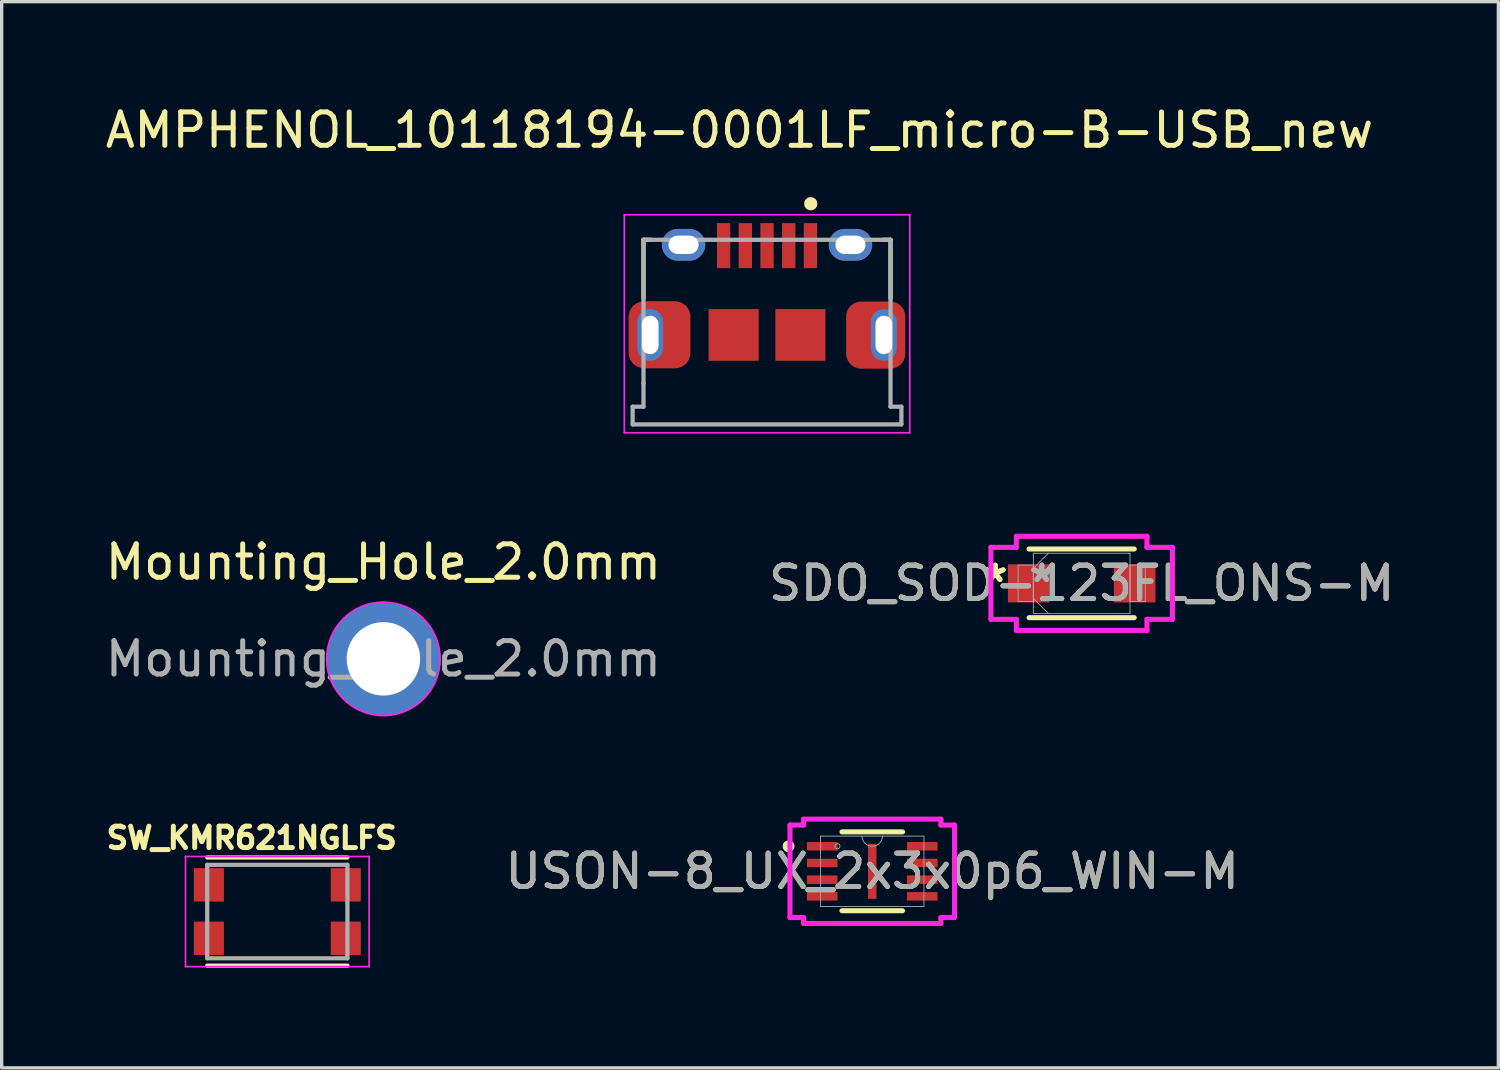
<source format=kicad_pcb>
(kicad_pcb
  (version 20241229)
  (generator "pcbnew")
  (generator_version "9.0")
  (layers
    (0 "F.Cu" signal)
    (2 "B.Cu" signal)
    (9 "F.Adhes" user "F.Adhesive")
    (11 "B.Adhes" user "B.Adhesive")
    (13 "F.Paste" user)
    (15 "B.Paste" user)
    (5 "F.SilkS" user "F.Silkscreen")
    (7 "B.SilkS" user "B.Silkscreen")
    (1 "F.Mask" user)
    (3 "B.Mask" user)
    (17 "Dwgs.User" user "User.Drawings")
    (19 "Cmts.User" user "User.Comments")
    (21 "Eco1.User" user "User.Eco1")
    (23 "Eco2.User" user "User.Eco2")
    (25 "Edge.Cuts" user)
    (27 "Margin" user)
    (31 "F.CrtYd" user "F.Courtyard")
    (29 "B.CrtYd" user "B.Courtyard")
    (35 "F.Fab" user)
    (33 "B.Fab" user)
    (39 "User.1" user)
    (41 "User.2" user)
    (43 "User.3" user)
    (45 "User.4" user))
  (footprint "AMPHENOL_10118194-0001LF_micro-B-USB_new"
    (layer "F.Cu")
    (at 19.926 6.983)
    (property "Reference" "AMPHENOL_10118194-0001LF_micro-B-USB_new" (at -0.825 -6.135 0) (layer "F.SilkS") (effects (font (size 1 1) (thickness 0.15))))
    (attr smd)
    (fp_poly (pts (xy -3.013 -0.388) (xy -3.013 0.388) (xy -3.013 0.413) (xy -3.015 0.438) (xy -3.019 0.464) (xy -3.023 0.489) (xy -3.029 0.514) (xy -3.036 0.538) (xy -3.045 0.562) (xy -3.055 0.586) (xy -3.066 0.609) (xy -3.078 0.631) (xy -3.091 0.653) (xy -3.106 0.674) (xy -3.121 0.694) (xy -3.138 0.714) (xy -3.155 0.732) (xy -3.174 0.75) (xy -3.193 0.766) (xy -3.213 0.782) (xy -3.234 0.796) (xy -3.256 0.81) (xy -3.279 0.822) (xy -3.302 0.833) (xy -3.325 0.843) (xy -3.349 0.851) (xy -3.374 0.858) (xy -3.399 0.864) (xy -3.424 0.869) (xy -3.449 0.872) (xy -3.474 0.874) (xy -3.5 0.875) (xy -3.526 0.874) (xy -3.551 0.872) (xy -3.576 0.869) (xy -3.601 0.864) (xy -3.626 0.858) (xy -3.651 0.851) (xy -3.675 0.843) (xy -3.698 0.833) (xy -3.721 0.822) (xy -3.744 0.81) (xy -3.766 0.796) (xy -3.787 0.782) (xy -3.807 0.766) (xy -3.826 0.75) (xy -3.845 0.732) (xy -3.862 0.714) (xy -3.879 0.694) (xy -3.894 0.674) (xy -3.909 0.653) (xy -3.922 0.631) (xy -3.934 0.609) (xy -3.945 0.586) (xy -3.955 0.562) (xy -3.964 0.538) (xy -3.971 0.514) (xy -3.977 0.489) (xy -3.981 0.464) (xy -3.985 0.438) (xy -3.987 0.413) (xy -3.987 0.388) (xy -3.987 -0.388) (xy -3.987 -0.413) (xy -3.985 -0.438) (xy -3.981 -0.464) (xy -3.977 -0.489) (xy -3.971 -0.514) (xy -3.964 -0.538) (xy -3.955 -0.562) (xy -3.945 -0.586) (xy -3.934 -0.609) (xy -3.922 -0.631) (xy -3.909 -0.653) (xy -3.894 -0.674) (xy -3.879 -0.694) (xy -3.862 -0.714) (xy -3.845 -0.732) (xy -3.826 -0.75) (xy -3.807 -0.766) (xy -3.787 -0.782) (xy -3.766 -0.796) (xy -3.744 -0.81) (xy -3.721 -0.822) (xy -3.698 -0.833) (xy -3.675 -0.843) (xy -3.651 -0.851) (xy -3.626 -0.858) (xy -3.601 -0.864) (xy -3.576 -0.869) (xy -3.551 -0.872) (xy -3.526 -0.874) (xy -3.5 -0.875) (xy -3.474 -0.874) (xy -3.449 -0.872) (xy -3.424 -0.869) (xy -3.399 -0.864) (xy -3.374 -0.858) (xy -3.349 -0.851) (xy -3.325 -0.843) (xy -3.302 -0.833) (xy -3.279 -0.822) (xy -3.256 -0.81) (xy -3.234 -0.796) (xy -3.213 -0.782) (xy -3.193 -0.766) (xy -3.174 -0.75) (xy -3.155 -0.732) (xy -3.138 -0.714) (xy -3.121 -0.694) (xy -3.106 -0.674) (xy -3.091 -0.653) (xy -3.078 -0.631) (xy -3.066 -0.609) (xy -3.055 -0.586) (xy -3.045 -0.562) (xy -3.036 -0.538) (xy -3.029 -0.514) (xy -3.023 -0.489) (xy -3.019 -0.464) (xy -3.015 -0.438) (xy -3.013 -0.413) (xy -3.013 -0.388) (xy -3.013 -0.388)) (stroke (width 0.01) (type solid)) (fill yes) (layer "B.Mask"))
    (fp_poly (pts (xy 3.987 -0.388) (xy 3.987 0.388) (xy 3.987 0.413) (xy 3.985 0.438) (xy 3.981 0.464) (xy 3.977 0.489) (xy 3.971 0.514) (xy 3.964 0.538) (xy 3.955 0.562) (xy 3.945 0.586) (xy 3.934 0.609) (xy 3.922 0.631) (xy 3.909 0.653) (xy 3.894 0.674) (xy 3.879 0.694) (xy 3.862 0.714) (xy 3.845 0.732) (xy 3.826 0.75) (xy 3.807 0.766) (xy 3.787 0.782) (xy 3.766 0.796) (xy 3.744 0.81) (xy 3.721 0.822) (xy 3.698 0.833) (xy 3.675 0.843) (xy 3.651 0.851) (xy 3.626 0.858) (xy 3.601 0.864) (xy 3.576 0.869) (xy 3.551 0.872) (xy 3.526 0.874) (xy 3.5 0.875) (xy 3.474 0.874) (xy 3.449 0.872) (xy 3.424 0.869) (xy 3.399 0.864) (xy 3.374 0.858) (xy 3.349 0.851) (xy 3.325 0.843) (xy 3.302 0.833) (xy 3.279 0.822) (xy 3.256 0.81) (xy 3.234 0.796) (xy 3.213 0.782) (xy 3.193 0.766) (xy 3.174 0.75) (xy 3.155 0.732) (xy 3.138 0.714) (xy 3.121 0.694) (xy 3.106 0.674) (xy 3.091 0.653) (xy 3.078 0.631) (xy 3.066 0.609) (xy 3.055 0.586) (xy 3.045 0.562) (xy 3.036 0.538) (xy 3.029 0.514) (xy 3.023 0.489) (xy 3.019 0.464) (xy 3.015 0.438) (xy 3.013 0.413) (xy 3.013 0.388) (xy 3.013 -0.388) (xy 3.013 -0.413) (xy 3.015 -0.438) (xy 3.019 -0.464) (xy 3.023 -0.489) (xy 3.029 -0.514) (xy 3.036 -0.538) (xy 3.045 -0.562) (xy 3.055 -0.586) (xy 3.066 -0.609) (xy 3.078 -0.631) (xy 3.091 -0.653) (xy 3.106 -0.674) (xy 3.121 -0.694) (xy 3.138 -0.714) (xy 3.155 -0.732) (xy 3.174 -0.75) (xy 3.193 -0.766) (xy 3.213 -0.782) (xy 3.234 -0.796) (xy 3.256 -0.81) (xy 3.279 -0.822) (xy 3.302 -0.833) (xy 3.325 -0.843) (xy 3.349 -0.851) (xy 3.374 -0.858) (xy 3.399 -0.864) (xy 3.424 -0.869) (xy 3.449 -0.872) (xy 3.474 -0.874) (xy 3.5 -0.875) (xy 3.526 -0.874) (xy 3.551 -0.872) (xy 3.576 -0.869) (xy 3.601 -0.864) (xy 3.626 -0.858) (xy 3.651 -0.851) (xy 3.675 -0.843) (xy 3.698 -0.833) (xy 3.721 -0.822) (xy 3.744 -0.81) (xy 3.766 -0.796) (xy 3.787 -0.782) (xy 3.807 -0.766) (xy 3.826 -0.75) (xy 3.845 -0.732) (xy 3.862 -0.714) (xy 3.879 -0.694) (xy 3.894 -0.674) (xy 3.909 -0.653) (xy 3.922 -0.631) (xy 3.934 -0.609) (xy 3.945 -0.586) (xy 3.955 -0.562) (xy 3.964 -0.538) (xy 3.971 -0.514) (xy 3.977 -0.489) (xy 3.981 -0.464) (xy 3.985 -0.438) (xy 3.987 -0.413) (xy 3.987 -0.388) (xy 3.987 -0.388)) (stroke (width 0.01) (type solid)) (fill yes) (layer "B.Mask"))
    (fp_line (start -3.7 -2.85) (end -3.47 -2.85) (stroke (width 0.127) (type solid)) (layer "F.SilkS"))
    (fp_line (start -3.7 -1.1) (end -3.7 -2.85) (stroke (width 0.127) (type solid)) (layer "F.SilkS"))
    (fp_line (start 3.47 -2.85) (end 3.7 -2.85) (stroke (width 0.127) (type solid)) (layer "F.SilkS"))
    (fp_line (start 3.7 -2.85) (end 3.7 -1.1) (stroke (width 0.127) (type solid)) (layer "F.SilkS"))
    (fp_circle (center 1.31 -3.93) (end 1.41 -3.93) (stroke (width 0.2) (type solid)) (fill no) (layer "F.SilkS"))
    (fp_line (start -4.275 -3.6) (end -4.275 2.93) (stroke (width 0.05) (type solid)) (layer "F.CrtYd"))
    (fp_line (start -4.275 2.93) (end 4.275 2.93) (stroke (width 0.05) (type solid)) (layer "F.CrtYd"))
    (fp_line (start 4.275 -3.6) (end -4.275 -3.6) (stroke (width 0.05) (type solid)) (layer "F.CrtYd"))
    (fp_line (start 4.275 2.93) (end 4.275 -3.6) (stroke (width 0.05) (type solid)) (layer "F.CrtYd"))
    (fp_line (start -4.025 2.15) (end -3.7 2.15) (stroke (width 0.127) (type solid)) (layer "F.Fab"))
    (fp_line (start -4.025 2.68) (end -4.025 2.15) (stroke (width 0.127) (type solid)) (layer "F.Fab"))
    (fp_line (start -3.7 -2.85) (end 3.7 -2.85) (stroke (width 0.127) (type solid)) (layer "F.Fab"))
    (fp_line (start -3.7 1.45) (end -3.7 -2.85) (stroke (width 0.127) (type solid)) (layer "F.Fab"))
    (fp_line (start -3.7 2.15) (end -3.7 1.45) (stroke (width 0.127) (type solid)) (layer "F.Fab"))
    (fp_line (start 3.7 -2.85) (end 3.7 2.15) (stroke (width 0.127) (type solid)) (layer "F.Fab"))
    (fp_line (start 4.025 2.15) (end 3.7 2.15) (stroke (width 0.127) (type solid)) (layer "F.Fab"))
    (fp_line (start 4.025 2.68) (end -4.025 2.68) (stroke (width 0.127) (type solid)) (layer "F.Fab"))
    (fp_line (start 4.025 2.68) (end 4.025 2.15) (stroke (width 0.127) (type solid)) (layer "F.Fab"))
    (pad "1" smd rect (at -1.3 -2.675) (size 0.4 1.35) (layers "F.Cu" "F.Mask" "F.Paste"))
    (pad "2" smd rect (at -0.65 -2.675) (size 0.4 1.35) (layers "F.Cu" "F.Mask" "F.Paste"))
    (pad "3" smd rect (at 0 -2.675) (size 0.4 1.35) (layers "F.Cu" "F.Mask" "F.Paste"))
    (pad "4" smd rect (at 0.65 -2.675) (size 0.4 1.35) (layers "F.Cu" "F.Mask" "F.Paste"))
    (pad "5" smd rect (at 1.3 -2.675) (size 0.4 1.35) (layers "F.Cu" "F.Mask" "F.Paste"))
    (pad "SH1" thru_hole oval (at -3.5 0) (size 0.775 1.55) (drill oval 0.5 1.15) (layers "*.Cu"))
    (pad "SH1" smd roundrect (at -3.22 -0.005) (size 1.853 2.01) (layers "F.Cu" "F.Mask" "F.Paste") (roundrect_rratio 0.25))
    (pad "SH2" smd rect (at 1 0) (size 1.5 1.55) (layers "F.Cu" "F.Mask" "F.Paste"))
    (pad "SH3" smd rect (at -1 0) (size 1.5 1.55) (layers "F.Cu" "F.Mask" "F.Paste"))
    (pad "SH4" smd roundrect (at 3.256 0.005) (size 1.772 2.01) (layers "F.Cu" "F.Mask" "F.Paste") (roundrect_rratio 0.25))
    (pad "SH4" thru_hole oval (at 3.5 0) (size 0.775 1.55) (drill oval 0.5 1.15) (layers "*.Cu"))
    (pad "SH5" thru_hole oval (at -2.5 -2.7) (size 1.3 0.95) (drill oval 0.9 0.55) (layers "*.Cu" "*.Mask"))
    (pad "SH6" thru_hole oval (at 2.5 -2.7) (size 1.3 0.95) (drill oval 0.9 0.55) (layers "*.Cu" "*.Mask")))
  (footprint "SDO_SOD-123FL_ONS-M"
    (layer "F.Cu")
    (at 29.351 14.424)
    (property "Reference" "SDO_SOD-123FL_ONS-M" (at 0 0 0) (unlocked yes) (layer "F.SilkS") (effects (font (size 1 1) (thickness 0.15))))
    (attr smd)
    (fp_line (start -1.575 1.029) (end 1.575 1.029) (stroke (width 0.152) (type solid)) (layer "F.SilkS"))
    (fp_line (start 1.575 -1.029) (end -1.575 -1.029) (stroke (width 0.152) (type solid)) (layer "F.SilkS"))
    (fp_line (start -2.718 -1.079) (end -1.956 -1.079) (stroke (width 0.152) (type solid)) (layer "F.CrtYd"))
    (fp_line (start -2.718 1.079) (end -2.718 -1.079) (stroke (width 0.152) (type solid)) (layer "F.CrtYd"))
    (fp_line (start -1.956 -1.41) (end 1.956 -1.41) (stroke (width 0.152) (type solid)) (layer "F.CrtYd"))
    (fp_line (start -1.956 -1.079) (end -1.956 -1.41) (stroke (width 0.152) (type solid)) (layer "F.CrtYd"))
    (fp_line (start -1.956 1.079) (end -2.718 1.079) (stroke (width 0.152) (type solid)) (layer "F.CrtYd"))
    (fp_line (start -1.956 1.41) (end -1.956 1.079) (stroke (width 0.152) (type solid)) (layer "F.CrtYd"))
    (fp_line (start 1.956 -1.41) (end 1.956 -1.079) (stroke (width 0.152) (type solid)) (layer "F.CrtYd"))
    (fp_line (start 1.956 -1.079) (end 2.718 -1.079) (stroke (width 0.152) (type solid)) (layer "F.CrtYd"))
    (fp_line (start 1.956 1.079) (end 1.956 1.41) (stroke (width 0.152) (type solid)) (layer "F.CrtYd"))
    (fp_line (start 1.956 1.41) (end -1.956 1.41) (stroke (width 0.152) (type solid)) (layer "F.CrtYd"))
    (fp_line (start 2.718 -1.079) (end 2.718 1.079) (stroke (width 0.152) (type solid)) (layer "F.CrtYd"))
    (fp_line (start 2.718 1.079) (end 1.956 1.079) (stroke (width 0.152) (type solid)) (layer "F.CrtYd"))
    (fp_line (start -1.905 -0.546) (end -1.905 0.546) (stroke (width 0.025) (type solid)) (layer "F.Fab"))
    (fp_line (start -1.905 0.546) (end -1.448 0.546) (stroke (width 0.025) (type solid)) (layer "F.Fab"))
    (fp_line (start -1.448 -0.902) (end -1.448 0.902) (stroke (width 0.025) (type solid)) (layer "F.Fab"))
    (fp_line (start -1.448 -0.546) (end -1.905 -0.546) (stroke (width 0.025) (type solid)) (layer "F.Fab"))
    (fp_line (start -1.448 -0.451) (end -0.997 -0.902) (stroke (width 0.025) (type solid)) (layer "F.Fab"))
    (fp_line (start -1.448 0.451) (end -0.997 0.902) (stroke (width 0.025) (type solid)) (layer "F.Fab"))
    (fp_line (start -1.448 0.546) (end -1.448 -0.546) (stroke (width 0.025) (type solid)) (layer "F.Fab"))
    (fp_line (start -1.448 0.902) (end 1.448 0.902) (stroke (width 0.025) (type solid)) (layer "F.Fab"))
    (fp_line (start 1.448 -0.902) (end -1.448 -0.902) (stroke (width 0.025) (type solid)) (layer "F.Fab"))
    (fp_line (start 1.448 -0.546) (end 1.448 0.546) (stroke (width 0.025) (type solid)) (layer "F.Fab"))
    (fp_line (start 1.448 0.546) (end 1.905 0.546) (stroke (width 0.025) (type solid)) (layer "F.Fab"))
    (fp_line (start 1.448 0.902) (end 1.448 -0.902) (stroke (width 0.025) (type solid)) (layer "F.Fab"))
    (fp_line (start 1.905 -0.546) (end 1.448 -0.546) (stroke (width 0.025) (type solid)) (layer "F.Fab"))
    (fp_line (start 1.905 0.546) (end 1.905 -0.546) (stroke (width 0.025) (type solid)) (layer "F.Fab"))
    (fp_text user "*" (at -2.591 0 0) (unlocked yes) (layer "F.SilkS") (effects (font (size 1 1) (thickness 0.15))))
    (fp_text user "*" (at -2.591 0 0) (layer "F.SilkS") (effects (font (size 1 1) (thickness 0.15))))
    (fp_text user "${REFERENCE}" (at 0 0 0) (unlocked yes) (layer "F.Fab") (effects (font (size 1 1) (thickness 0.15))))
    (fp_text user "*" (at -1.194 0 0) (unlocked yes) (layer "F.Fab") (effects (font (size 1 1) (thickness 0.15))))
    (fp_text user "*" (at -1.194 0 0) (layer "F.Fab") (effects (font (size 1 1) (thickness 0.15))))
    (pad "1" smd rect (at -1.587 0) (size 1.245 1.143) (layers "F.Cu" "F.Mask" "F.Paste"))
    (pad "2" smd rect (at 1.587 0) (size 1.245 1.143) (layers "F.Cu" "F.Mask" "F.Paste"))
    (zone (net_name "") (layer "F.Cu") (hatch full 0.508) (connect_pads) (min_thickness 0.254) (filled_areas_thickness no) (keepout (tracks not_allowed) (vias not_allowed) (pads allowed) (copperpour not_allowed) (footprints allowed)) (placement (enabled no)) (fill) (polygon (pts (xy 28.437 13.573) (xy 30.266 13.573) (xy 30.266 15.275) (xy 28.437 15.275)))))
  (footprint "Mounting_Hole_2.0mm"
    (layer "F.Cu")
    (at 8.435 16.686)
    (property "Reference" "Mounting_Hole_2.0mm" (at 0 -2.9 0) (layer "F.SilkS") (effects (font (size 1 1) (thickness 0.15))))
    (attr exclude_from_pos_files exclude_from_bom)
    (fp_circle (center 0 0) (end 1.7 0) (stroke (width 0.05) (type solid)) (fill no) (layer "F.CrtYd"))
    (fp_text user "${REFERENCE}" (at 0 0 0) (layer "F.Fab") (effects (font (size 1 1) (thickness 0.15))))
    (pad "1" thru_hole circle (at 0 0) (size 2.6 2.6) (drill 2.2) (layers "*.Cu" "*.Mask"))
    (pad "1" connect circle (at 0 0) (size 3.4 3.4) (layers "F.Cu" "F.Mask"))
    (pad "1" connect circle (at 0 0) (size 3.4 3.4) (layers "B.Cu" "B.Mask")))
  (footprint "USON-8_UX_2x3x0p6_WIN-M"
    (layer "F.Cu")
    (at 23.078 23.05)
    (property "Reference" "USON-8_UX_2x3x0p6_WIN-M" (at 0 0 0) (unlocked yes) (layer "F.SilkS") (effects (font (size 1 1) (thickness 0.15))))
    (attr smd)
    (fp_line (start -0.906 1.181) (end 0.906 1.181) (stroke (width 0.152) (type solid)) (layer "F.SilkS"))
    (fp_line (start 0.906 -1.181) (end -0.906 -1.181) (stroke (width 0.152) (type solid)) (layer "F.SilkS"))
    (fp_circle (center -2.507 -0.75) (end -2.405 -0.75) (stroke (width 0.152) (type solid)) (fill no) (layer "F.SilkS"))
    (fp_line (start -2.464 -1.385) (end -2.057 -1.385) (stroke (width 0.152) (type solid)) (layer "F.CrtYd"))
    (fp_line (start -2.464 1.385) (end -2.464 -1.385) (stroke (width 0.152) (type solid)) (layer "F.CrtYd"))
    (fp_line (start -2.464 1.385) (end -2.057 1.385) (stroke (width 0.152) (type solid)) (layer "F.CrtYd"))
    (fp_line (start -2.057 -1.562) (end 2.057 -1.562) (stroke (width 0.152) (type solid)) (layer "F.CrtYd"))
    (fp_line (start -2.057 -1.385) (end -2.057 -1.562) (stroke (width 0.152) (type solid)) (layer "F.CrtYd"))
    (fp_line (start -2.057 1.562) (end -2.057 1.385) (stroke (width 0.152) (type solid)) (layer "F.CrtYd"))
    (fp_line (start 2.057 -1.562) (end 2.057 -1.385) (stroke (width 0.152) (type solid)) (layer "F.CrtYd"))
    (fp_line (start 2.057 1.385) (end 2.057 1.562) (stroke (width 0.152) (type solid)) (layer "F.CrtYd"))
    (fp_line (start 2.057 1.562) (end -2.057 1.562) (stroke (width 0.152) (type solid)) (layer "F.CrtYd"))
    (fp_line (start 2.464 -1.385) (end 2.057 -1.385) (stroke (width 0.152) (type solid)) (layer "F.CrtYd"))
    (fp_line (start 2.464 -1.385) (end 2.464 1.385) (stroke (width 0.152) (type solid)) (layer "F.CrtYd"))
    (fp_line (start 2.464 1.385) (end 2.057 1.385) (stroke (width 0.152) (type solid)) (layer "F.CrtYd"))
    (fp_line (start -1.549 -1.054) (end -1.549 1.054) (stroke (width 0.025) (type solid)) (layer "F.Fab"))
    (fp_line (start -1.549 1.054) (end 1.549 1.054) (stroke (width 0.025) (type solid)) (layer "F.Fab"))
    (fp_line (start 1.549 -1.054) (end -1.549 -1.054) (stroke (width 0.025) (type solid)) (layer "F.Fab"))
    (fp_line (start 1.549 1.054) (end 1.549 -1.054) (stroke (width 0.025) (type solid)) (layer "F.Fab"))
    (fp_arc (start 0.3048 -1.0541) (mid 0 -0.7493) (end -0.3048 -1.0541) (stroke (width 0.0254) (type solid)) (layer "F.Fab"))
    (fp_circle (center -1.041 -0.75) (end -0.965 -0.75) (stroke (width 0.025) (type solid)) (fill no) (layer "F.Fab"))
    (fp_text user "${REFERENCE}" (at 0 0 0) (unlocked yes) (layer "F.Fab") (effects (font (size 1 1) (thickness 0.15))))
    (pad "1" smd rect (at -1.499 -0.75) (size 0.914 0.254) (layers "F.Cu" "F.Mask" "F.Paste"))
    (pad "2" smd rect (at -1.499 -0.25) (size 0.914 0.254) (layers "F.Cu" "F.Mask" "F.Paste"))
    (pad "3" smd rect (at -1.499 0.25) (size 0.914 0.254) (layers "F.Cu" "F.Mask" "F.Paste"))
    (pad "4" smd rect (at -1.499 0.75) (size 0.914 0.254) (layers "F.Cu" "F.Mask" "F.Paste"))
    (pad "5" smd rect (at 1.499 0.75) (size 0.914 0.254) (layers "F.Cu" "F.Mask" "F.Paste"))
    (pad "6" smd rect (at 1.499 0.25) (size 0.914 0.254) (layers "F.Cu" "F.Mask" "F.Paste"))
    (pad "7" smd rect (at 1.499 -0.25) (size 0.914 0.254) (layers "F.Cu" "F.Mask" "F.Paste"))
    (pad "8" smd rect (at 1.499 -0.75) (size 0.914 0.254) (layers "F.Cu" "F.Mask" "F.Paste"))
    (pad "9" smd rect (at 0 0) (size 0.254 1.651) (layers "F.Cu" "F.Mask" "F.Paste")))
  (footprint "SW_KMR621NGLFS"
    (layer "F.Cu")
    (at 5.257 24.256)
    (property "Reference" "SW_KMR621NGLFS" (at -0.768 -2.206 0) (layer "F.SilkS") (effects (font (size 0.64 0.64) (thickness 0.15))))
    (attr smd)
    (fp_line (start -2.1 -1.62) (end 2.1 -1.62) (stroke (width 0.127) (type solid)) (layer "F.SilkS"))
    (fp_line (start 2.1 1.62) (end -2.1 1.62) (stroke (width 0.127) (type solid)) (layer "F.SilkS"))
    (fp_line (start -2.75 -1.65) (end 2.75 -1.65) (stroke (width 0.05) (type solid)) (layer "F.CrtYd"))
    (fp_line (start -2.75 1.65) (end -2.75 -1.65) (stroke (width 0.05) (type solid)) (layer "F.CrtYd"))
    (fp_line (start 2.75 -1.65) (end 2.75 1.65) (stroke (width 0.05) (type solid)) (layer "F.CrtYd"))
    (fp_line (start 2.75 1.65) (end -2.75 1.65) (stroke (width 0.05) (type solid)) (layer "F.CrtYd"))
    (fp_line (start -2.1 -1.4) (end 2.1 -1.4) (stroke (width 0.127) (type solid)) (layer "F.Fab"))
    (fp_line (start -2.1 1.4) (end -2.1 -1.4) (stroke (width 0.127) (type solid)) (layer "F.Fab"))
    (fp_line (start 2.1 -1.4) (end 2.1 1.4) (stroke (width 0.127) (type solid)) (layer "F.Fab"))
    (fp_line (start 2.1 1.4) (end -2.1 1.4) (stroke (width 0.127) (type solid)) (layer "F.Fab"))
    (pad "1" smd rect (at -2.05 -0.8) (size 0.9 1) (layers "F.Cu" "F.Mask" "F.Paste"))
    (pad "1" smd rect (at 2.05 -0.8) (size 0.9 1) (layers "F.Cu" "F.Mask" "F.Paste"))
    (pad "2" smd rect (at -2.05 0.8) (size 0.9 1) (layers "F.Cu" "F.Mask" "F.Paste"))
    (pad "2" smd rect (at 2.05 0.8) (size 0.9 1) (layers "F.Cu" "F.Mask" "F.Paste")))
  (gr_rect
    (start -3 -3)
    (end 41.833 28.939)
    (stroke (width 0.1) (type default))
    (fill no)
    (layer "Edge.Cuts")))
</source>
